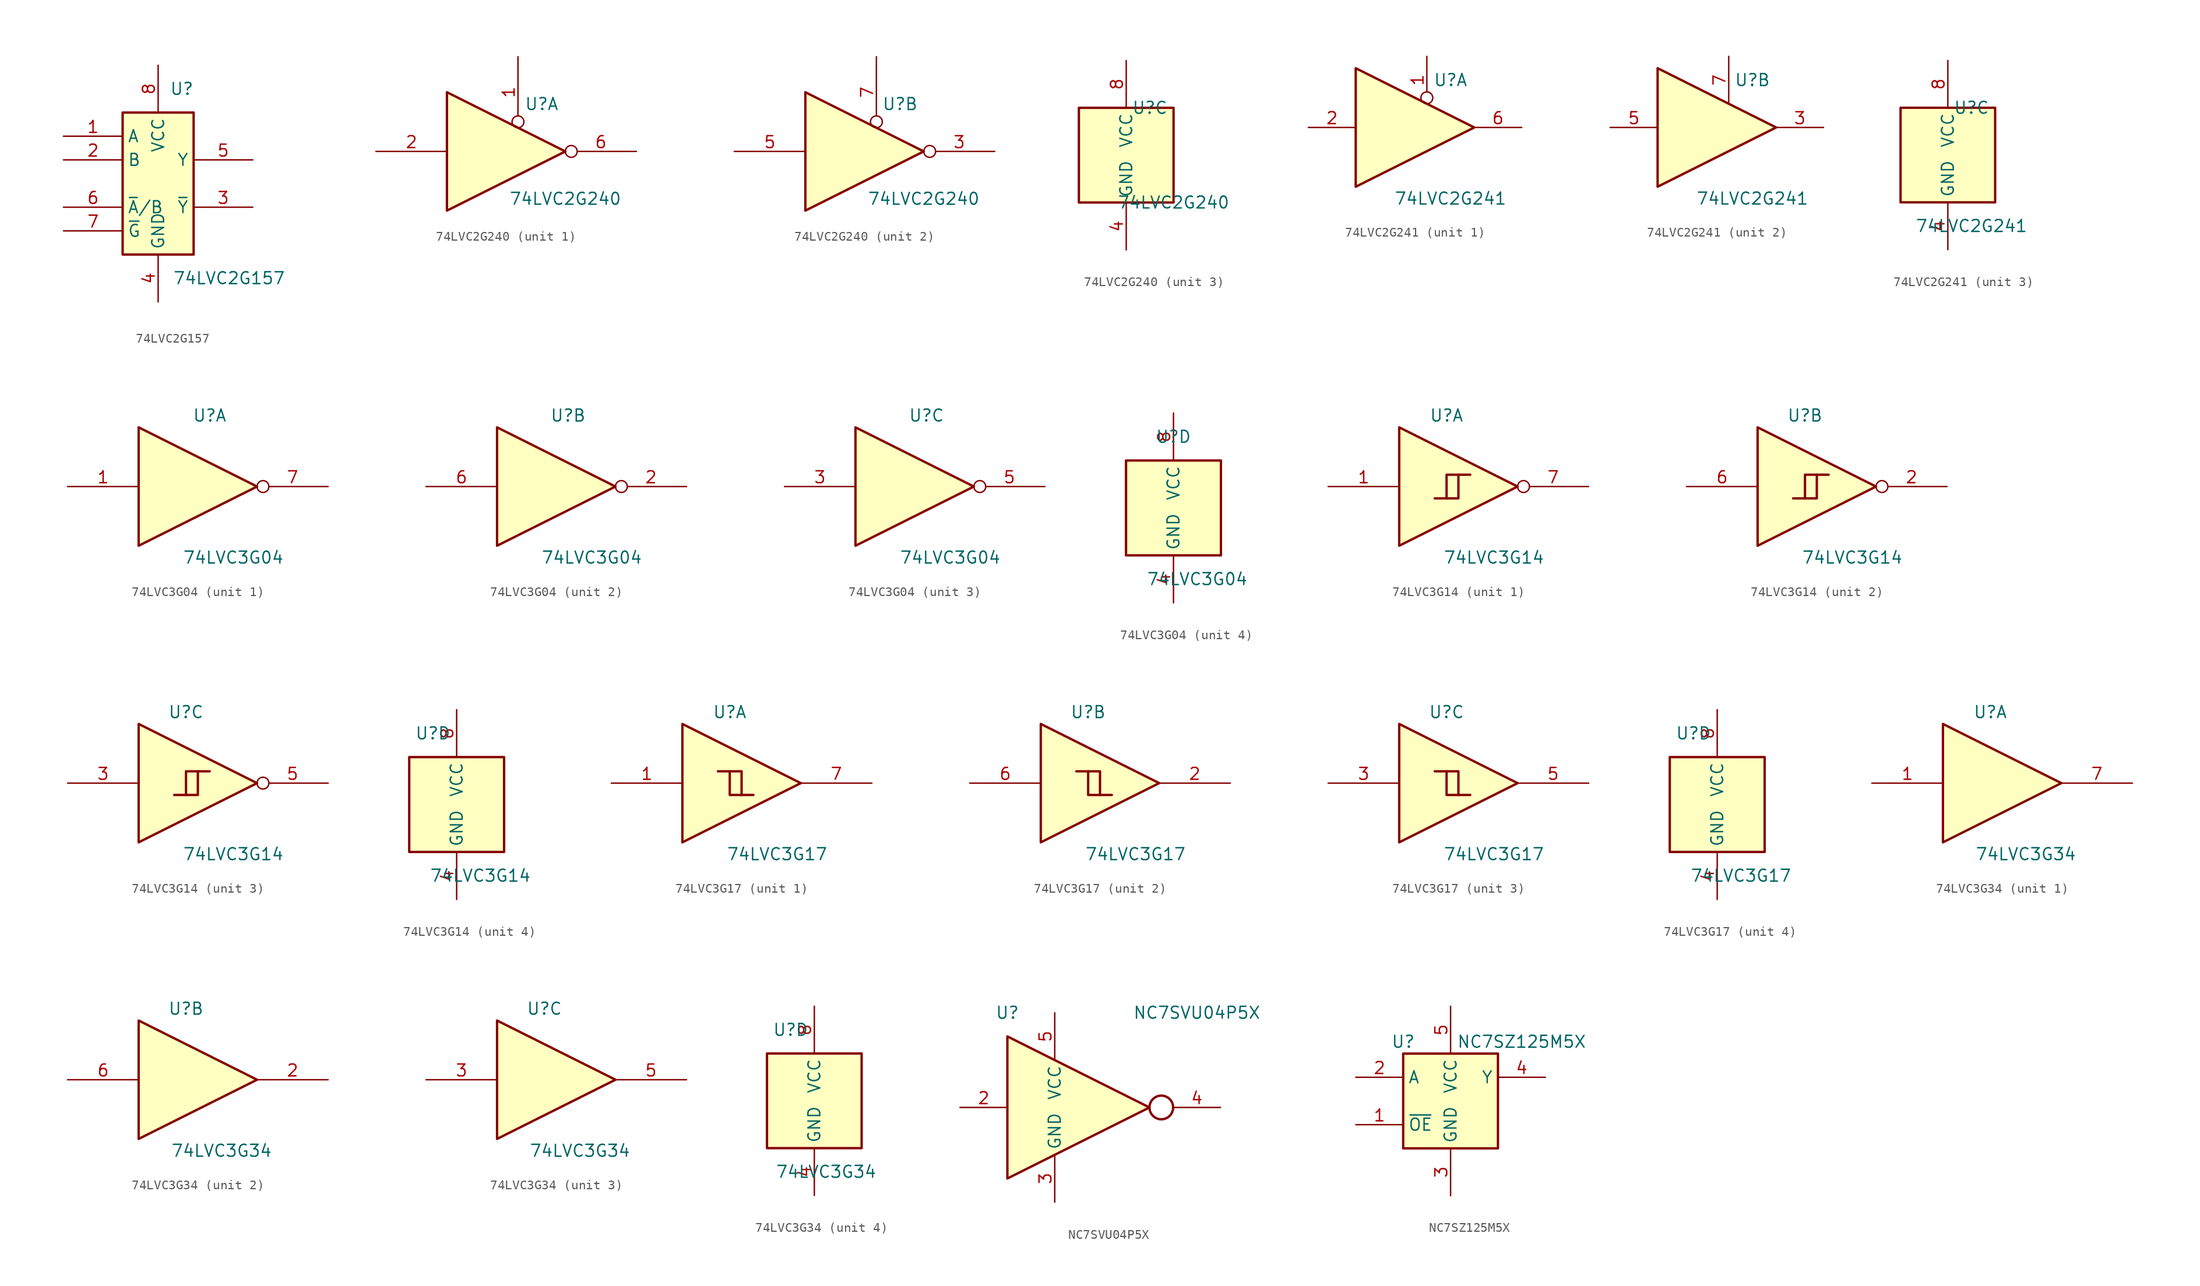
<source format=kicad_sym>
(kicad_symbol_lib
  (version 20241209)
  (generator "kicad_symbol_editor")
  (generator_version "9.0")
  (symbol "74LVC2G157"
    (property "Reference" "U"
      (at 2.54 10.16 0)
      (effects (font (size 1.27 1.27))))
    (property "Value" "74LVC2G157"
      (at 7.62 -10.16 0)
      (effects (font (size 1.27 1.27))))
    (symbol "74LVC2G157_0_1"
      (rectangle (start -3.81 7.62) (end 3.81 -7.62) (stroke (width 0.254) (type default)) (fill (type background))))
    (symbol "74LVC2G157_1_1"
      (pin input line (at -10.16 5.08 0) (length 6.35) (name "A" (effects (font (size 1.27 1.27)))) (number "1" (effects (font (size 1.27 1.27)))))
      (pin input line (at -10.16 2.54 0) (length 6.35) (name "B" (effects (font (size 1.27 1.27)))) (number "2" (effects (font (size 1.27 1.27)))))
      (pin input line (at -10.16 -2.54 0) (length 6.35) (name "~{A}/B" (effects (font (size 1.27 1.27)))) (number "6" (effects (font (size 1.27 1.27)))))
      (pin input line (at -10.16 -5.08 0) (length 6.35) (name "~{G}" (effects (font (size 1.27 1.27)))) (number "7" (effects (font (size 1.27 1.27)))))
      (pin power_in line (at 0 12.7 270) (length 5.08) (name "VCC" (effects (font (size 1.27 1.27)))) (number "8" (effects (font (size 1.27 1.27)))))
      (pin power_in line (at 0 -12.7 90) (length 5.08) (name "GND" (effects (font (size 1.27 1.27)))) (number "4" (effects (font (size 1.27 1.27)))))
      (pin output line (at 10.16 2.54 180) (length 6.35) (name "Y" (effects (font (size 1.27 1.27)))) (number "5" (effects (font (size 1.27 1.27)))))
      (pin output line (at 10.16 -2.54 180) (length 6.35) (name "~{Y}" (effects (font (size 1.27 1.27)))) (number "3" (effects (font (size 1.27 1.27)))))))
  (symbol "74LVC2G240"
    (property "Reference" "U"
      (at 2.54 5.08 0)
      (effects (font (size 1.27 1.27))))
    (property "Value" "74LVC2G240"
      (at 5.08 -5.08 0)
      (effects (font (size 1.27 1.27))))
    (symbol "74LVC2G240_1_1"
      (polyline (pts (xy -7.62 6.35) (xy -7.62 -6.35) (xy 5.08 0) (xy -7.62 6.35)) (stroke (width 0.254) (type default)) (fill (type background)))
      (pin input line (at -15.24 0 0) (length 7.62) (name "~" (effects (font (size 1.27 1.27)))) (number "2" (effects (font (size 1.27 1.27)))))
      (pin input inverted (at 0 10.16 270) (length 7.62) (name "~" (effects (font (size 1.27 1.27)))) (number "1" (effects (font (size 1.27 1.27)))))
      (pin tri_state inverted (at 12.7 0 180) (length 7.62) (name "~" (effects (font (size 1.27 1.27)))) (number "6" (effects (font (size 1.27 1.27))))))
    (symbol "74LVC2G240_2_1"
      (polyline (pts (xy -7.62 6.35) (xy -7.62 -6.35) (xy 5.08 0) (xy -7.62 6.35)) (stroke (width 0.254) (type default)) (fill (type background)))
      (pin input line (at -15.24 0 0) (length 7.62) (name "~" (effects (font (size 1.27 1.27)))) (number "5" (effects (font (size 1.27 1.27)))))
      (pin input inverted (at 0 10.16 270) (length 7.62) (name "~" (effects (font (size 1.27 1.27)))) (number "7" (effects (font (size 1.27 1.27)))))
      (pin tri_state inverted (at 12.7 0 180) (length 7.62) (name "~" (effects (font (size 1.27 1.27)))) (number "3" (effects (font (size 1.27 1.27))))))
    (symbol "74LVC2G240_3_0"
      (rectangle (start -5.08 -5.08) (end 5.08 5.08) (stroke (width 0.254) (type default)) (fill (type background))))
    (symbol "74LVC2G240_3_1"
      (pin power_in line (at 0 10.16 270) (length 5.08) (name "VCC" (effects (font (size 1.27 1.27)))) (number "8" (effects (font (size 1.27 1.27)))))
      (pin power_in line (at 0 -10.16 90) (length 5.08) (name "GND" (effects (font (size 1.27 1.27)))) (number "4" (effects (font (size 1.27 1.27)))))))
  (symbol "74LVC2G241"
    (property "Reference" "U"
      (at 2.54 5.08 0)
      (effects (font (size 1.27 1.27))))
    (property "Value" "74LVC2G241"
      (at 2.54 -7.62 0)
      (effects (font (size 1.27 1.27))))
    (symbol "74LVC2G241_1_1"
      (polyline (pts (xy -7.62 6.35) (xy -7.62 -6.35) (xy 5.08 0) (xy -7.62 6.35)) (stroke (width 0.254) (type default)) (fill (type background)))
      (pin input line (at -12.7 0 0) (length 5.08) (name "~" (effects (font (size 1.27 1.27)))) (number "2" (effects (font (size 1.27 1.27)))))
      (pin input inverted (at 0 7.62 270) (length 5.08) (name "~" (effects (font (size 1.27 1.27)))) (number "1" (effects (font (size 1.27 1.27)))))
      (pin tri_state line (at 10.16 0 180) (length 5.08) (name "~" (effects (font (size 1.27 1.27)))) (number "6" (effects (font (size 1.27 1.27))))))
    (symbol "74LVC2G241_2_1"
      (polyline (pts (xy -7.62 6.35) (xy -7.62 -6.35) (xy 5.08 0) (xy -7.62 6.35)) (stroke (width 0.254) (type default)) (fill (type background)))
      (pin input line (at -12.7 0 0) (length 5.08) (name "~" (effects (font (size 1.27 1.27)))) (number "5" (effects (font (size 1.27 1.27)))))
      (pin input line (at 0 7.62 270) (length 5.08) (name "~" (effects (font (size 1.27 1.27)))) (number "7" (effects (font (size 1.27 1.27)))))
      (pin tri_state line (at 10.16 0 180) (length 5.08) (name "~" (effects (font (size 1.27 1.27)))) (number "3" (effects (font (size 1.27 1.27))))))
    (symbol "74LVC2G241_3_0"
      (rectangle (start -5.08 -5.08) (end 5.08 5.08) (stroke (width 0.254) (type default)) (fill (type background))))
    (symbol "74LVC2G241_3_1"
      (pin power_in line (at 0 10.16 270) (length 5.08) (name "VCC" (effects (font (size 1.27 1.27)))) (number "8" (effects (font (size 1.27 1.27)))))
      (pin power_in line (at 0 -10.16 90) (length 5.08) (name "GND" (effects (font (size 1.27 1.27)))) (number "4" (effects (font (size 1.27 1.27)))))))
  (symbol "74LVC3G04"
    (property "Reference" "U"
      (at 0 7.62 0)
      (effects (font (size 1.27 1.27))))
    (property "Value" "74LVC3G04"
      (at 2.54 -7.62 0)
      (effects (font (size 1.27 1.27))))
    (symbol "74LVC3G04_1_1"
      (polyline (pts (xy -7.62 6.35) (xy -7.62 -6.35) (xy 5.08 0) (xy -7.62 6.35)) (stroke (width 0.254) (type default)) (fill (type background)))
      (pin input line (at -15.24 0 0) (length 7.62) (name "~" (effects (font (size 1.27 1.27)))) (number "1" (effects (font (size 1.27 1.27)))))
      (pin output inverted (at 12.7 0 180) (length 7.62) (name "~" (effects (font (size 1.27 1.27)))) (number "7" (effects (font (size 1.27 1.27))))))
    (symbol "74LVC3G04_2_1"
      (polyline (pts (xy -7.62 6.35) (xy -7.62 -6.35) (xy 5.08 0) (xy -7.62 6.35)) (stroke (width 0.254) (type default)) (fill (type background)))
      (pin input line (at -15.24 0 0) (length 7.62) (name "~" (effects (font (size 1.27 1.27)))) (number "6" (effects (font (size 1.27 1.27)))))
      (pin output inverted (at 12.7 0 180) (length 7.62) (name "~" (effects (font (size 1.27 1.27)))) (number "2" (effects (font (size 1.27 1.27))))))
    (symbol "74LVC3G04_3_1"
      (polyline (pts (xy -7.62 6.35) (xy -7.62 -6.35) (xy 5.08 0) (xy -7.62 6.35)) (stroke (width 0.254) (type default)) (fill (type background)))
      (pin input line (at -15.24 0 0) (length 7.62) (name "~" (effects (font (size 1.27 1.27)))) (number "3" (effects (font (size 1.27 1.27)))))
      (pin output inverted (at 12.7 0 180) (length 7.62) (name "~" (effects (font (size 1.27 1.27)))) (number "5" (effects (font (size 1.27 1.27))))))
    (symbol "74LVC3G04_4_0"
      (rectangle (start -5.08 -5.08) (end 5.08 5.08) (stroke (width 0.254) (type default)) (fill (type background))))
    (symbol "74LVC3G04_4_1"
      (pin power_in line (at 0 10.16 270) (length 5.08) (name "VCC" (effects (font (size 1.27 1.27)))) (number "8" (effects (font (size 1.27 1.27)))))
      (pin power_in line (at 0 -10.16 90) (length 5.08) (name "GND" (effects (font (size 1.27 1.27)))) (number "4" (effects (font (size 1.27 1.27)))))))
  (symbol "74LVC3G14"
    (property "Reference" "U"
      (at -2.54 7.62 0)
      (effects (font (size 1.27 1.27))))
    (property "Value" "74LVC3G14"
      (at 2.54 -7.62 0)
      (effects (font (size 1.27 1.27))))
    (symbol "74LVC3G14_1_1"
      (polyline (pts (xy -7.62 6.35) (xy -7.62 -6.35) (xy 5.08 0) (xy -7.62 6.35)) (stroke (width 0.254) (type default)) (fill (type background)))
      (polyline (pts (xy -3.81 -1.27) (xy -2.54 -1.27) (xy -2.54 1.27) (xy 0 1.27)) (stroke (width 0.254) (type default)) (fill (type background)))
      (polyline (pts (xy -2.54 -1.27) (xy -1.27 -1.27) (xy -1.27 1.27)) (stroke (width 0.254) (type default)) (fill (type background)))
      (pin input line (at -15.24 0 0) (length 7.62) (name "~" (effects (font (size 1.27 1.27)))) (number "1" (effects (font (size 1.27 1.27)))))
      (pin output inverted (at 12.7 0 180) (length 7.62) (name "~" (effects (font (size 1.27 1.27)))) (number "7" (effects (font (size 1.27 1.27))))))
    (symbol "74LVC3G14_2_1"
      (polyline (pts (xy -7.62 6.35) (xy -7.62 -6.35) (xy 5.08 0) (xy -7.62 6.35)) (stroke (width 0.254) (type default)) (fill (type background)))
      (polyline (pts (xy -3.81 -1.27) (xy -2.54 -1.27) (xy -2.54 1.27) (xy 0 1.27)) (stroke (width 0.254) (type default)) (fill (type background)))
      (polyline (pts (xy -2.54 -1.27) (xy -1.27 -1.27) (xy -1.27 1.27)) (stroke (width 0.254) (type default)) (fill (type background)))
      (pin input line (at -15.24 0 0) (length 7.62) (name "~" (effects (font (size 1.27 1.27)))) (number "6" (effects (font (size 1.27 1.27)))))
      (pin output inverted (at 12.7 0 180) (length 7.62) (name "~" (effects (font (size 1.27 1.27)))) (number "2" (effects (font (size 1.27 1.27))))))
    (symbol "74LVC3G14_3_1"
      (polyline (pts (xy -7.62 6.35) (xy -7.62 -6.35) (xy 5.08 0) (xy -7.62 6.35)) (stroke (width 0.254) (type default)) (fill (type background)))
      (polyline (pts (xy -3.81 -1.27) (xy -2.54 -1.27) (xy -2.54 1.27) (xy 0 1.27)) (stroke (width 0.254) (type default)) (fill (type background)))
      (polyline (pts (xy -2.54 -1.27) (xy -1.27 -1.27) (xy -1.27 1.27)) (stroke (width 0.254) (type default)) (fill (type background)))
      (pin input line (at -15.24 0 0) (length 7.62) (name "~" (effects (font (size 1.27 1.27)))) (number "3" (effects (font (size 1.27 1.27)))))
      (pin output inverted (at 12.7 0 180) (length 7.62) (name "~" (effects (font (size 1.27 1.27)))) (number "5" (effects (font (size 1.27 1.27))))))
    (symbol "74LVC3G14_4_0"
      (rectangle (start -5.08 -5.08) (end 5.08 5.08) (stroke (width 0.254) (type default)) (fill (type background))))
    (symbol "74LVC3G14_4_1"
      (pin power_in line (at 0 10.16 270) (length 5.08) (name "VCC" (effects (font (size 1.27 1.27)))) (number "8" (effects (font (size 1.27 1.27)))))
      (pin power_in line (at 0 -10.16 90) (length 5.08) (name "GND" (effects (font (size 1.27 1.27)))) (number "4" (effects (font (size 1.27 1.27)))))))
  (symbol "74LVC3G17"
    (property "Reference" "U"
      (at -2.54 7.62 0)
      (effects (font (size 1.27 1.27))))
    (property "Value" "74LVC3G17"
      (at 2.54 -7.62 0)
      (effects (font (size 1.27 1.27))))
    (symbol "74LVC3G17_1_1"
      (polyline (pts (xy -7.62 6.35) (xy -7.62 -6.35) (xy 5.08 0) (xy -7.62 6.35)) (stroke (width 0.254) (type default)) (fill (type background)))
      (polyline (pts (xy -3.81 1.27) (xy -2.54 1.27) (xy -2.54 -1.27) (xy 0 -1.27)) (stroke (width 0.254) (type default)) (fill (type background)))
      (polyline (pts (xy -2.54 1.27) (xy -1.27 1.27) (xy -1.27 -1.27)) (stroke (width 0.254) (type default)) (fill (type background)))
      (pin input line (at -15.24 0 0) (length 7.62) (name "~" (effects (font (size 1.27 1.27)))) (number "1" (effects (font (size 1.27 1.27)))))
      (pin output line (at 12.7 0 180) (length 7.62) (name "~" (effects (font (size 1.27 1.27)))) (number "7" (effects (font (size 1.27 1.27))))))
    (symbol "74LVC3G17_2_1"
      (polyline (pts (xy -7.62 6.35) (xy -7.62 -6.35) (xy 5.08 0) (xy -7.62 6.35)) (stroke (width 0.254) (type default)) (fill (type background)))
      (polyline (pts (xy -3.81 1.27) (xy -2.54 1.27) (xy -2.54 -1.27) (xy 0 -1.27)) (stroke (width 0.254) (type default)) (fill (type background)))
      (polyline (pts (xy -2.54 1.27) (xy -1.27 1.27) (xy -1.27 -1.27)) (stroke (width 0.254) (type default)) (fill (type background)))
      (pin input line (at -15.24 0 0) (length 7.62) (name "~" (effects (font (size 1.27 1.27)))) (number "6" (effects (font (size 1.27 1.27)))))
      (pin output line (at 12.7 0 180) (length 7.62) (name "~" (effects (font (size 1.27 1.27)))) (number "2" (effects (font (size 1.27 1.27))))))
    (symbol "74LVC3G17_3_1"
      (polyline (pts (xy -7.62 6.35) (xy -7.62 -6.35) (xy 5.08 0) (xy -7.62 6.35)) (stroke (width 0.254) (type default)) (fill (type background)))
      (polyline (pts (xy -3.81 1.27) (xy -2.54 1.27) (xy -2.54 -1.27) (xy 0 -1.27)) (stroke (width 0.254) (type default)) (fill (type background)))
      (polyline (pts (xy -2.54 1.27) (xy -1.27 1.27) (xy -1.27 -1.27)) (stroke (width 0.254) (type default)) (fill (type background)))
      (pin input line (at -15.24 0 0) (length 7.62) (name "~" (effects (font (size 1.27 1.27)))) (number "3" (effects (font (size 1.27 1.27)))))
      (pin output line (at 12.7 0 180) (length 7.62) (name "~" (effects (font (size 1.27 1.27)))) (number "5" (effects (font (size 1.27 1.27))))))
    (symbol "74LVC3G17_4_0"
      (rectangle (start -5.08 -5.08) (end 5.08 5.08) (stroke (width 0.254) (type default)) (fill (type background))))
    (symbol "74LVC3G17_4_1"
      (pin power_in line (at 0 10.16 270) (length 5.08) (name "VCC" (effects (font (size 1.27 1.27)))) (number "8" (effects (font (size 1.27 1.27)))))
      (pin power_in line (at 0 -10.16 90) (length 5.08) (name "GND" (effects (font (size 1.27 1.27)))) (number "4" (effects (font (size 1.27 1.27)))))))
  (symbol "74LVC3G34"
    (property "Reference" "U"
      (at -2.54 7.62 0)
      (effects (font (size 1.27 1.27))))
    (property "Value" "74LVC3G34"
      (at 1.27 -7.62 0)
      (effects (font (size 1.27 1.27))))
    (symbol "74LVC3G34_1_1"
      (polyline (pts (xy -7.62 6.35) (xy -7.62 -6.35) (xy 5.08 0) (xy -7.62 6.35)) (stroke (width 0.254) (type default)) (fill (type background)))
      (pin input line (at -15.24 0 0) (length 7.62) (name "~" (effects (font (size 1.27 1.27)))) (number "1" (effects (font (size 1.27 1.27)))))
      (pin output line (at 12.7 0 180) (length 7.62) (name "~" (effects (font (size 1.27 1.27)))) (number "7" (effects (font (size 1.27 1.27))))))
    (symbol "74LVC3G34_2_1"
      (polyline (pts (xy -7.62 6.35) (xy -7.62 -6.35) (xy 5.08 0) (xy -7.62 6.35)) (stroke (width 0.254) (type default)) (fill (type background)))
      (pin input line (at -15.24 0 0) (length 7.62) (name "~" (effects (font (size 1.27 1.27)))) (number "6" (effects (font (size 1.27 1.27)))))
      (pin output line (at 12.7 0 180) (length 7.62) (name "~" (effects (font (size 1.27 1.27)))) (number "2" (effects (font (size 1.27 1.27))))))
    (symbol "74LVC3G34_3_1"
      (polyline (pts (xy -7.62 6.35) (xy -7.62 -6.35) (xy 5.08 0) (xy -7.62 6.35)) (stroke (width 0.254) (type default)) (fill (type background)))
      (pin input line (at -15.24 0 0) (length 7.62) (name "~" (effects (font (size 1.27 1.27)))) (number "3" (effects (font (size 1.27 1.27)))))
      (pin output line (at 12.7 0 180) (length 7.62) (name "~" (effects (font (size 1.27 1.27)))) (number "5" (effects (font (size 1.27 1.27))))))
    (symbol "74LVC3G34_4_0"
      (rectangle (start -5.08 -5.08) (end 5.08 5.08) (stroke (width 0.254) (type default)) (fill (type background))))
    (symbol "74LVC3G34_4_1"
      (pin power_in line (at 0 10.16 270) (length 5.08) (name "VCC" (effects (font (size 1.27 1.27)))) (number "8" (effects (font (size 1.27 1.27)))))
      (pin power_in line (at 0 -10.16 90) (length 5.08) (name "GND" (effects (font (size 1.27 1.27)))) (number "4" (effects (font (size 1.27 1.27)))))))
  (symbol "NC7SVU04P5X"
    (property "Reference" "U"
      (at -5.08 10.16 0)
      (effects (font (size 1.27 1.27))))
    (property "Value" "NC7SVU04P5X"
      (at 15.24 10.16 0)
      (effects (font (size 1.27 1.27))))
    (symbol "NC7SVU04P5X_0_1"
      (polyline (pts (xy -5.08 7.62) (xy -5.08 -7.62) (xy 10.16 0) (xy -5.08 7.62)) (stroke (width 0.254) (type default)) (fill (type background)))
      (circle (center 11.43 0) (radius 1.27) (stroke (width 0.254) (type default)) (fill (type none))))
    (symbol "NC7SVU04P5X_1_1"
      (pin input line (at -10.16 0 0) (length 5.08) (name "~" (effects (font (size 1.27 1.27)))) (number "2" (effects (font (size 1.27 1.27)))))
      (pin power_in line (at 0 10.16 270) (length 5.08) (name "VCC" (effects (font (size 1.27 1.27)))) (number "5" (effects (font (size 1.27 1.27)))))
      (pin power_in line (at 0 -10.16 90) (length 5.08) (name "GND" (effects (font (size 1.27 1.27)))) (number "3" (effects (font (size 1.27 1.27)))))
      (pin no_connect line (at 10.16 0 180) (length 5.08) (hide yes) (name "NC" (effects (font (size 1.27 1.27)))) (number "1" (effects (font (size 1.27 1.27)))))
      (pin output line (at 17.78 0 180) (length 5.08) (name "~" (effects (font (size 1.27 1.27)))) (number "4" (effects (font (size 1.27 1.27)))))))
  (symbol "NC7SZ125M5X"
    (property "Reference" "U"
      (at -5.08 6.35 0)
      (effects (font (size 1.27 1.27))))
    (property "Value" "NC7SZ125M5X"
      (at 7.62 6.35 0)
      (effects (font (size 1.27 1.27))))
    (symbol "NC7SZ125M5X_0_1"
      (rectangle (start -5.08 5.08) (end 5.08 -5.08) (stroke (width 0.254) (type default)) (fill (type background))))
    (symbol "NC7SZ125M5X_1_1"
      (pin input line (at -10.16 2.54 0) (length 5.08) (name "A" (effects (font (size 1.27 1.27)))) (number "2" (effects (font (size 1.27 1.27)))))
      (pin input line (at -10.16 -2.54 0) (length 5.08) (name "~{OE}" (effects (font (size 1.27 1.27)))) (number "1" (effects (font (size 1.27 1.27)))))
      (pin power_in line (at 0 10.16 270) (length 5.08) (name "VCC" (effects (font (size 1.27 1.27)))) (number "5" (effects (font (size 1.27 1.27)))))
      (pin power_in line (at 0 -10.16 90) (length 5.08) (name "GND" (effects (font (size 1.27 1.27)))) (number "3" (effects (font (size 1.27 1.27)))))
      (pin output line (at 10.16 2.54 180) (length 5.08) (name "Y" (effects (font (size 1.27 1.27)))) (number "4" (effects (font (size 1.27 1.27))))))))
</source>
